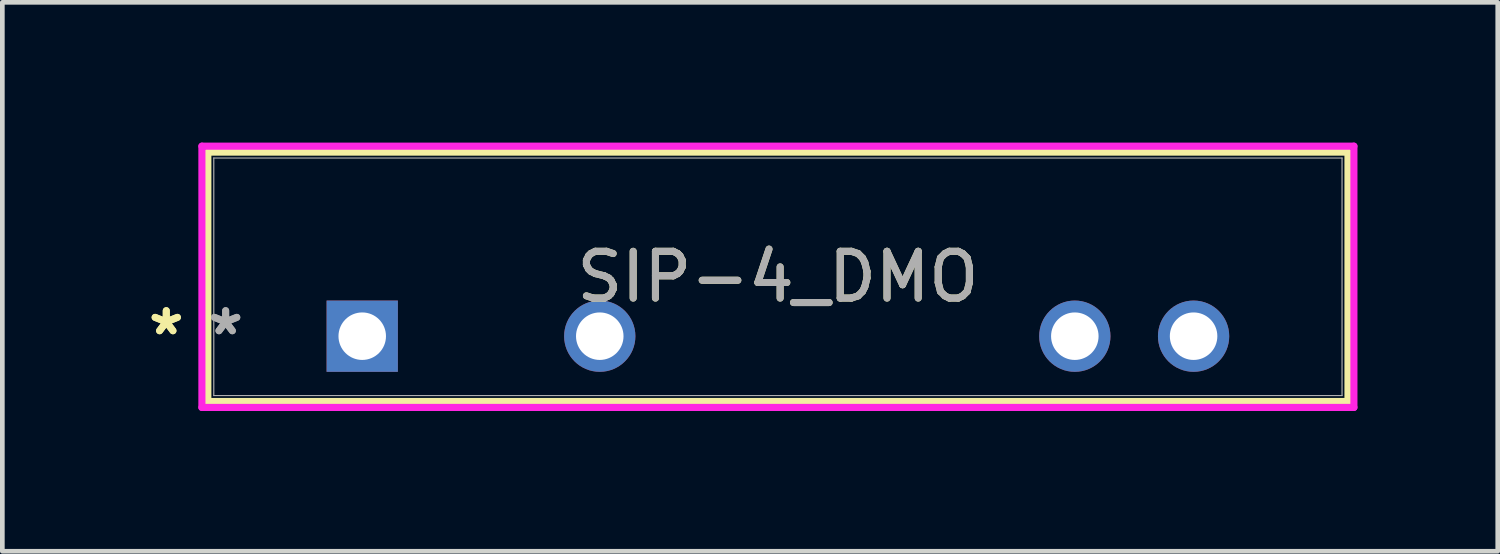
<source format=kicad_pcb>
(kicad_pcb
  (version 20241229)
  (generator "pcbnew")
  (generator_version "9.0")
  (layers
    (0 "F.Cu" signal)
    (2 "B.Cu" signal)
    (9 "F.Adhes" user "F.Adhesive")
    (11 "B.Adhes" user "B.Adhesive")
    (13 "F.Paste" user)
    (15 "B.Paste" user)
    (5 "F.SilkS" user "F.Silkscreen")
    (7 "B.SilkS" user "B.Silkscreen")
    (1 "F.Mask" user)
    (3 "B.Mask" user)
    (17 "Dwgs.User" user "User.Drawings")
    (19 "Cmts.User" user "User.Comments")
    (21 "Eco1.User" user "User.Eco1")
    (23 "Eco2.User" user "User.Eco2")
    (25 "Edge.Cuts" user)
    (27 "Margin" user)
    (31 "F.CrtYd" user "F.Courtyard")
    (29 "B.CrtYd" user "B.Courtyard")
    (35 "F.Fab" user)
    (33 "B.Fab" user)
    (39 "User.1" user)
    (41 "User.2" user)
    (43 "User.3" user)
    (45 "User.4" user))
  (footprint "SIP-4_DMO"
    (layer "F.Cu")
    (at 4.697 4.14)
    (property "Reference" "SIP-4_DMO" (at 8.89 -1.27 0) (unlocked yes) (layer "F.SilkS") (effects (font (size 1 1) (thickness 0.15))))
    (attr through_hole)
    (fp_line (start -3.302 -3.937) (end -3.302 1.397) (stroke (width 0.152) (type solid)) (layer "F.SilkS"))
    (fp_line (start -3.302 1.397) (end 21.082 1.397) (stroke (width 0.152) (type solid)) (layer "F.SilkS"))
    (fp_line (start 21.082 -3.937) (end -3.302 -3.937) (stroke (width 0.152) (type solid)) (layer "F.SilkS"))
    (fp_line (start 21.082 1.397) (end 21.082 -3.937) (stroke (width 0.152) (type solid)) (layer "F.SilkS"))
    (fp_line (start -3.429 -4.064) (end 21.209 -4.064) (stroke (width 0.152) (type solid)) (layer "F.CrtYd"))
    (fp_line (start -3.429 1.524) (end -3.429 -4.064) (stroke (width 0.152) (type solid)) (layer "F.CrtYd"))
    (fp_line (start 21.209 -4.064) (end 21.209 1.524) (stroke (width 0.152) (type solid)) (layer "F.CrtYd"))
    (fp_line (start 21.209 1.524) (end -3.429 1.524) (stroke (width 0.152) (type solid)) (layer "F.CrtYd"))
    (fp_line (start -3.175 -3.81) (end -3.175 1.27) (stroke (width 0.025) (type solid)) (layer "F.Fab"))
    (fp_line (start -3.175 1.27) (end 20.955 1.27) (stroke (width 0.025) (type solid)) (layer "F.Fab"))
    (fp_line (start 20.955 -3.81) (end -3.175 -3.81) (stroke (width 0.025) (type solid)) (layer "F.Fab"))
    (fp_line (start 20.955 1.27) (end 20.955 -3.81) (stroke (width 0.025) (type solid)) (layer "F.Fab"))
    (fp_text user "*" (at -4.191 0 0) (layer "F.SilkS") (effects (font (size 1 1) (thickness 0.15))))
    (fp_text user "*" (at -4.191 0 0) (unlocked yes) (layer "F.SilkS") (effects (font (size 1 1) (thickness 0.15))))
    (fp_text user "*" (at -2.921 0 0) (unlocked yes) (layer "F.Fab") (effects (font (size 1 1) (thickness 0.15))))
    (fp_text user "${REFERENCE}" (at 8.89 -1.27 0) (unlocked yes) (layer "F.Fab") (effects (font (size 1 1) (thickness 0.15))))
    (fp_text user "*" (at -2.921 0 0) (layer "F.Fab") (effects (font (size 1 1) (thickness 0.15))))
    (pad "1" thru_hole rect (at 0 0) (size 1.524 1.524) (drill 1.016) (layers "*.Cu" "*.Mask"))
    (pad "2" thru_hole circle (at 5.08 0) (size 1.524 1.524) (drill 1.016) (layers "*.Cu" "*.Mask"))
    (pad "3" thru_hole circle (at 15.24 0) (size 1.524 1.524) (drill 1.016) (layers "*.Cu" "*.Mask"))
    (pad "4" thru_hole circle (at 17.78 0) (size 1.524 1.524) (drill 1.016) (layers "*.Cu" "*.Mask")))
  (gr_rect
    (start -3 -3)
    (end 28.982 8.74)
    (stroke (width 0.1) (type default))
    (fill no)
    (layer "Edge.Cuts")))
</source>
